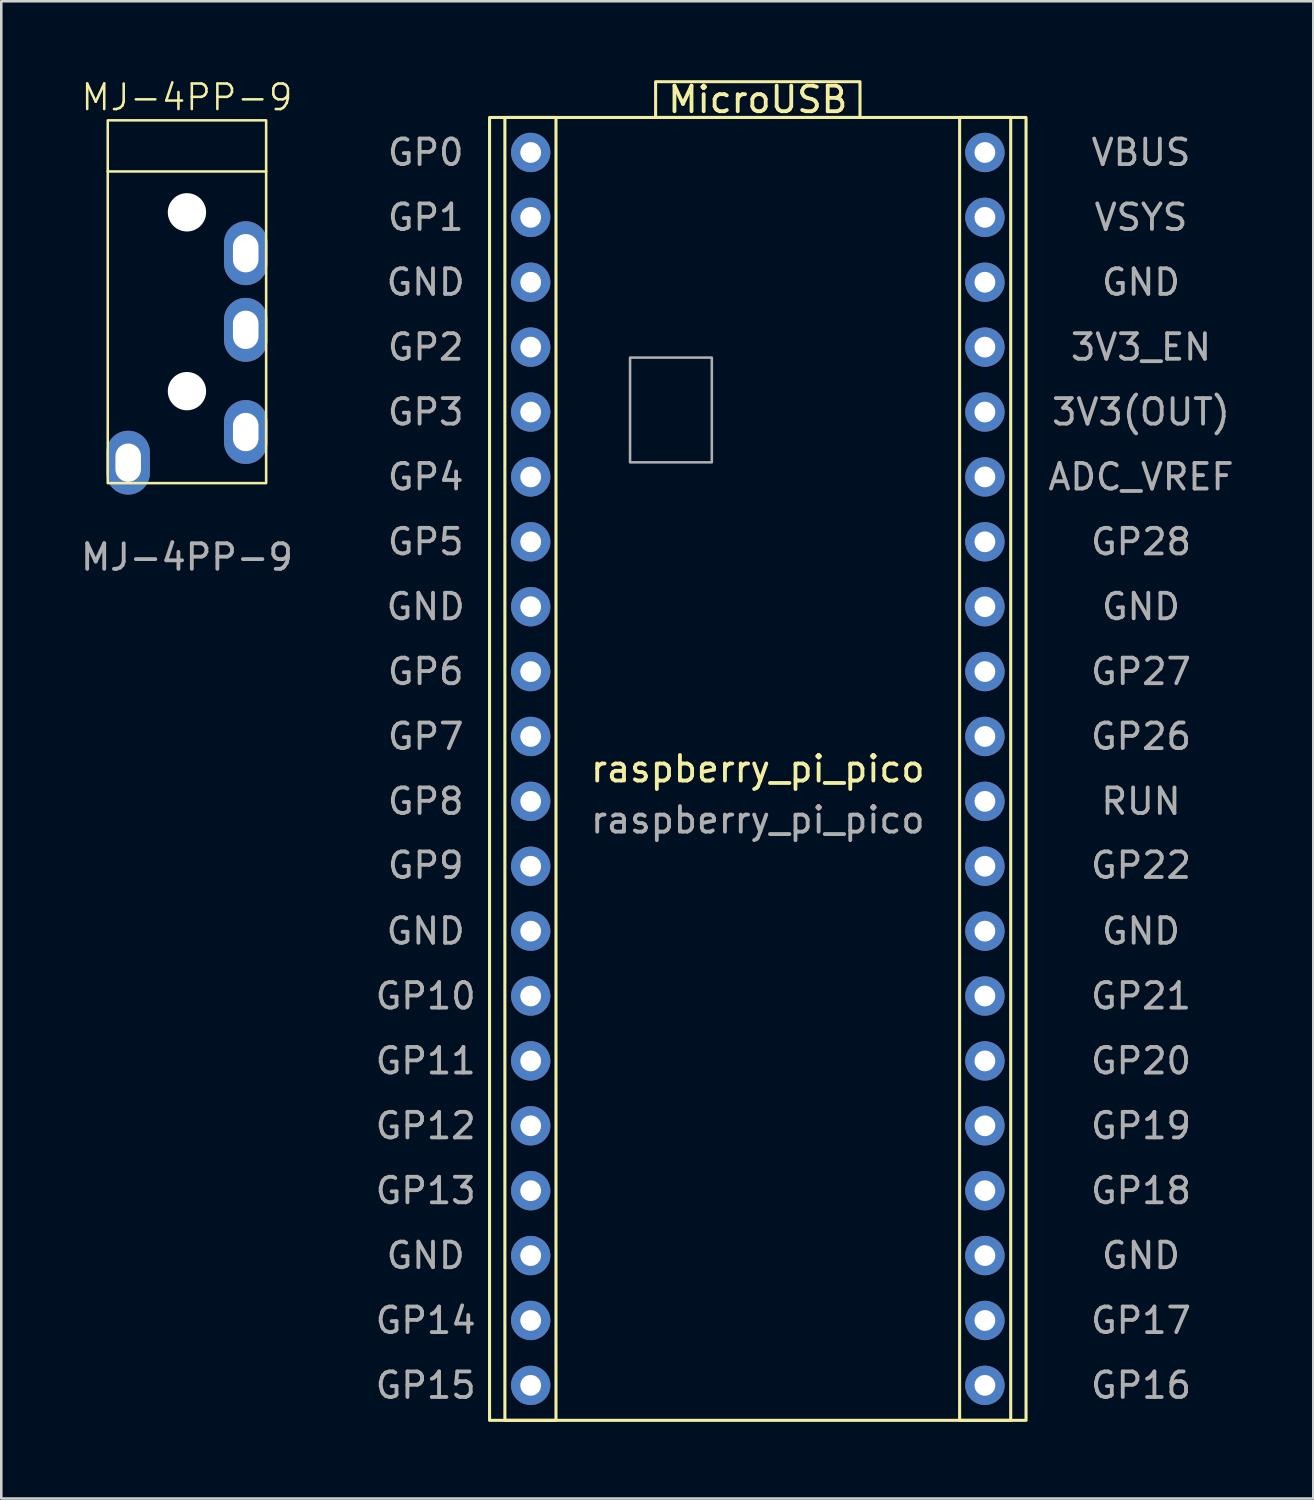
<source format=kicad_pcb>
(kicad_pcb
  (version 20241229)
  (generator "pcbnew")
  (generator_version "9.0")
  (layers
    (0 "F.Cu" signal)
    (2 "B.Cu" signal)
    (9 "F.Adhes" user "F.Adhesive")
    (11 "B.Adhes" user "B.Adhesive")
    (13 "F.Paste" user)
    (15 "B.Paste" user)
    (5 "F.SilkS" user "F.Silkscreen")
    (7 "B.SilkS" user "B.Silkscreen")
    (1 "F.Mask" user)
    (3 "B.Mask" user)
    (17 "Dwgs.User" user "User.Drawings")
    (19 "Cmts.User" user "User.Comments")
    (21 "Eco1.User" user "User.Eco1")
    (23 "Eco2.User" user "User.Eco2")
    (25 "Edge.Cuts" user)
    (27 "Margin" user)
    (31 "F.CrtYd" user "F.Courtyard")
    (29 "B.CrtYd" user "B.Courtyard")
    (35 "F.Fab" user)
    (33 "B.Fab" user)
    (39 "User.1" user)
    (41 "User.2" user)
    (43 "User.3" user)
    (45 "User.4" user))
  (footprint "raspberry_pi_pico"
    (layer "F.Cu")
    (at 26.613 27.048)
    (property "Reference" "raspberry_pi_pico" (at 0 0 0) (unlocked yes) (layer "F.SilkS") (effects (font (size 1 1) (thickness 0.15))))
    (attr through_hole)
    (fp_rect (start -10.5 -25.5) (end 10.5 25.5) (stroke (width 0.12) (type solid)) (fill no) (layer "F.SilkS"))
    (fp_rect (start -9.9 25.5) (end -7.9 -25.5) (stroke (width 0.12) (type solid)) (fill no) (layer "F.SilkS"))
    (fp_rect (start -4 -26.9) (end 4 -25.5) (stroke (width 0.12) (type solid)) (fill no) (layer "F.SilkS"))
    (fp_rect (start 7.9 25.5) (end 9.9 -25.5) (stroke (width 0.12) (type solid)) (fill no) (layer "F.SilkS"))
    (fp_rect (start -5 -16.1) (end -1.8 -12) (stroke (width 0.1) (type solid)) (fill no) (layer "F.Fab"))
    (fp_text user "MicroUSB" (at 0 -26.2 0) (unlocked yes) (layer "F.SilkS") (effects (font (size 1 1) (thickness 0.15))))
    (fp_text user "GP10" (at -13 8.89 0) (unlocked yes) (layer "F.Fab") (effects (font (size 1 1) (thickness 0.15))))
    (fp_text user "GP28" (at 15 -8.89 0) (unlocked yes) (layer "F.Fab") (effects (font (size 1 1) (thickness 0.15))))
    (fp_text user "GP12" (at -13 13.97 0) (unlocked yes) (layer "F.Fab") (effects (font (size 1 1) (thickness 0.15))))
    (fp_text user "GP4" (at -13 -11.43 0) (unlocked yes) (layer "F.Fab") (effects (font (size 1 1) (thickness 0.15))))
    (fp_text user "GND" (at 15 -19.05 0) (unlocked yes) (layer "F.Fab") (effects (font (size 1 1) (thickness 0.15))))
    (fp_text user "GND" (at 15 -6.35 0) (unlocked yes) (layer "F.Fab") (effects (font (size 1 1) (thickness 0.15))))
    (fp_text user "${REFERENCE}" (at 0 2 0) (unlocked yes) (layer "F.Fab") (effects (font (size 1 1) (thickness 0.15))))
    (fp_text user "GP5" (at -13 -8.89 0) (unlocked yes) (layer "F.Fab") (effects (font (size 1 1) (thickness 0.15))))
    (fp_text user "GP17" (at 15 21.59 0) (unlocked yes) (layer "F.Fab") (effects (font (size 1 1) (thickness 0.15))))
    (fp_text user "GP21" (at 15 8.89 0) (unlocked yes) (layer "F.Fab") (effects (font (size 1 1) (thickness 0.15))))
    (fp_text user "3V3_EN" (at 15 -16.51 0) (unlocked yes) (layer "F.Fab") (effects (font (size 1 1) (thickness 0.15))))
    (fp_text user "GND" (at -13 6.35 0) (unlocked yes) (layer "F.Fab") (effects (font (size 1 1) (thickness 0.15))))
    (fp_text user "GP16" (at 15 24.13 0) (unlocked yes) (layer "F.Fab") (effects (font (size 1 1) (thickness 0.15))))
    (fp_text user "GND" (at 15 19.05 0) (unlocked yes) (layer "F.Fab") (effects (font (size 1 1) (thickness 0.15))))
    (fp_text user "GP27" (at 15 -3.81 0) (unlocked yes) (layer "F.Fab") (effects (font (size 1 1) (thickness 0.15))))
    (fp_text user "GP22" (at 15 3.775 0) (unlocked yes) (layer "F.Fab") (effects (font (size 1 1) (thickness 0.15))))
    (fp_text user "GP14" (at -13 21.59 0) (unlocked yes) (layer "F.Fab") (effects (font (size 1 1) (thickness 0.15))))
    (fp_text user "ADC_VREF" (at 15 -11.43 0) (unlocked yes) (layer "F.Fab") (effects (font (size 1 1) (thickness 0.15))))
    (fp_text user "3V3(OUT)" (at 15 -13.97 0) (unlocked yes) (layer "F.Fab") (effects (font (size 1 1) (thickness 0.15))))
    (fp_text user "RUN" (at 15 1.27 0) (unlocked yes) (layer "F.Fab") (effects (font (size 1 1) (thickness 0.15))))
    (fp_text user "GND" (at -13 -6.35 0) (unlocked yes) (layer "F.Fab") (effects (font (size 1 1) (thickness 0.15))))
    (fp_text user "GP6" (at -13 -3.81 0) (unlocked yes) (layer "F.Fab") (effects (font (size 1 1) (thickness 0.15))))
    (fp_text user "GND" (at 15 6.35 0) (unlocked yes) (layer "F.Fab") (effects (font (size 1 1) (thickness 0.15))))
    (fp_text user "GP11" (at -13 11.43 0) (unlocked yes) (layer "F.Fab") (effects (font (size 1 1) (thickness 0.15))))
    (fp_text user "GP15" (at -13 24.13 0) (unlocked yes) (layer "F.Fab") (effects (font (size 1 1) (thickness 0.15))))
    (fp_text user "GP3" (at -13 -13.97 0) (unlocked yes) (layer "F.Fab") (effects (font (size 1 1) (thickness 0.15))))
    (fp_text user "GND" (at -13 -19.05 0) (unlocked yes) (layer "F.Fab") (effects (font (size 1 1) (thickness 0.15))))
    (fp_text user "GP19" (at 15 13.97 0) (unlocked yes) (layer "F.Fab") (effects (font (size 1 1) (thickness 0.15))))
    (fp_text user "VSYS" (at 15 -21.59 0) (unlocked yes) (layer "F.Fab") (effects (font (size 1 1) (thickness 0.15))))
    (fp_text user "VBUS" (at 15 -24.13 0) (unlocked yes) (layer "F.Fab") (effects (font (size 1 1) (thickness 0.15))))
    (fp_text user "GP13" (at -13 16.51 0) (unlocked yes) (layer "F.Fab") (effects (font (size 1 1) (thickness 0.15))))
    (fp_text user "GP0" (at -13 -24.13 0) (unlocked yes) (layer "F.Fab") (effects (font (size 1 1) (thickness 0.15))))
    (fp_text user "GP26" (at 15 -1.27 0) (unlocked yes) (layer "F.Fab") (effects (font (size 1 1) (thickness 0.15))))
    (fp_text user "GP18" (at 15 16.51 0) (unlocked yes) (layer "F.Fab") (effects (font (size 1 1) (thickness 0.15))))
    (fp_text user "GP20" (at 15 11.43 0) (unlocked yes) (layer "F.Fab") (effects (font (size 1 1) (thickness 0.15))))
    (fp_text user "GND" (at -13 19.05 0) (unlocked yes) (layer "F.Fab") (effects (font (size 1 1) (thickness 0.15))))
    (fp_text user "GP1" (at -13 -21.59 0) (unlocked yes) (layer "F.Fab") (effects (font (size 1 1) (thickness 0.15))))
    (fp_text user "GP8" (at -13 1.27 0) (unlocked yes) (layer "F.Fab") (effects (font (size 1 1) (thickness 0.15))))
    (fp_text user "GP9" (at -13 3.775 0) (unlocked yes) (layer "F.Fab") (effects (font (size 1 1) (thickness 0.15))))
    (fp_text user "GP7" (at -13 -1.27 0) (unlocked yes) (layer "F.Fab") (effects (font (size 1 1) (thickness 0.15))))
    (fp_text user "GP2" (at -13 -16.51 0) (unlocked yes) (layer "F.Fab") (effects (font (size 1 1) (thickness 0.15))))
    (pad "1" thru_hole circle (at -8.89 -24.13) (size 1.54 1.54) (drill 0.813) (layers "*.Cu" "*.Mask"))
    (pad "2" thru_hole circle (at -8.89 -21.59) (size 1.54 1.54) (drill 0.813) (layers "*.Cu" "*.Mask"))
    (pad "3" thru_hole circle (at -8.89 -19.05) (size 1.54 1.54) (drill 0.813) (layers "*.Cu" "*.Mask"))
    (pad "4" thru_hole circle (at -8.89 -16.51) (size 1.54 1.54) (drill 0.813) (layers "*.Cu" "*.Mask"))
    (pad "5" thru_hole circle (at -8.89 -13.97) (size 1.54 1.54) (drill 0.813) (layers "*.Cu" "*.Mask"))
    (pad "6" thru_hole circle (at -8.89 -11.43) (size 1.54 1.54) (drill 0.813) (layers "*.Cu" "*.Mask"))
    (pad "7" thru_hole circle (at -8.89 -8.89) (size 1.54 1.54) (drill 0.813) (layers "*.Cu" "*.Mask"))
    (pad "8" thru_hole circle (at -8.89 -6.35) (size 1.54 1.54) (drill 0.813) (layers "*.Cu" "*.Mask"))
    (pad "9" thru_hole circle (at -8.89 -3.81) (size 1.54 1.54) (drill 0.813) (layers "*.Cu" "*.Mask"))
    (pad "10" thru_hole circle (at -8.89 -1.27) (size 1.54 1.54) (drill 0.813) (layers "*.Cu" "*.Mask"))
    (pad "11" thru_hole circle (at -8.89 1.27) (size 1.54 1.54) (drill 0.813) (layers "*.Cu" "*.Mask"))
    (pad "12" thru_hole circle (at -8.89 3.81) (size 1.54 1.54) (drill 0.813) (layers "*.Cu" "*.Mask"))
    (pad "13" thru_hole circle (at -8.89 6.35) (size 1.54 1.54) (drill 0.813) (layers "*.Cu" "*.Mask"))
    (pad "14" thru_hole circle (at -8.89 8.89) (size 1.54 1.54) (drill 0.813) (layers "*.Cu" "*.Mask"))
    (pad "15" thru_hole circle (at -8.89 11.43) (size 1.54 1.54) (drill 0.813) (layers "*.Cu" "*.Mask"))
    (pad "16" thru_hole circle (at -8.89 13.97) (size 1.54 1.54) (drill 0.813) (layers "*.Cu" "*.Mask"))
    (pad "17" thru_hole circle (at -8.89 16.51) (size 1.54 1.54) (drill 0.813) (layers "*.Cu" "*.Mask"))
    (pad "18" thru_hole circle (at -8.89 19.05) (size 1.54 1.54) (drill 0.813) (layers "*.Cu" "*.Mask"))
    (pad "19" thru_hole circle (at -8.89 21.59) (size 1.54 1.54) (drill 0.813) (layers "*.Cu" "*.Mask"))
    (pad "20" thru_hole circle (at -8.89 24.13) (size 1.54 1.54) (drill 0.813) (layers "*.Cu" "*.Mask"))
    (pad "21" thru_hole circle (at 8.89 24.13) (size 1.54 1.54) (drill 0.813) (layers "*.Cu" "*.Mask"))
    (pad "22" thru_hole circle (at 8.89 21.59) (size 1.54 1.54) (drill 0.813) (layers "*.Cu" "*.Mask"))
    (pad "23" thru_hole circle (at 8.89 19.05) (size 1.54 1.54) (drill 0.813) (layers "*.Cu" "*.Mask"))
    (pad "24" thru_hole circle (at 8.89 16.51) (size 1.54 1.54) (drill 0.813) (layers "*.Cu" "*.Mask"))
    (pad "25" thru_hole circle (at 8.89 13.97) (size 1.54 1.54) (drill 0.813) (layers "*.Cu" "*.Mask"))
    (pad "26" thru_hole circle (at 8.89 11.43) (size 1.54 1.54) (drill 0.813) (layers "*.Cu" "*.Mask"))
    (pad "27" thru_hole circle (at 8.89 8.89) (size 1.54 1.54) (drill 0.813) (layers "*.Cu" "*.Mask"))
    (pad "28" thru_hole circle (at 8.89 6.35) (size 1.54 1.54) (drill 0.813) (layers "*.Cu" "*.Mask"))
    (pad "29" thru_hole circle (at 8.89 3.81) (size 1.54 1.54) (drill 0.813) (layers "*.Cu" "*.Mask"))
    (pad "30" thru_hole circle (at 8.89 1.27) (size 1.54 1.54) (drill 0.813) (layers "*.Cu" "*.Mask"))
    (pad "31" thru_hole circle (at 8.89 -1.27) (size 1.54 1.54) (drill 0.813) (layers "*.Cu" "*.Mask"))
    (pad "32" thru_hole circle (at 8.89 -3.81) (size 1.54 1.54) (drill 0.813) (layers "*.Cu" "*.Mask"))
    (pad "33" thru_hole circle (at 8.89 -6.35) (size 1.54 1.54) (drill 0.813) (layers "*.Cu" "*.Mask"))
    (pad "34" thru_hole circle (at 8.89 -8.89) (size 1.54 1.54) (drill 0.813) (layers "*.Cu" "*.Mask"))
    (pad "35" thru_hole circle (at 8.89 -11.43) (size 1.54 1.54) (drill 0.813) (layers "*.Cu" "*.Mask"))
    (pad "36" thru_hole circle (at 8.89 -13.97) (size 1.54 1.54) (drill 0.813) (layers "*.Cu" "*.Mask"))
    (pad "37" thru_hole circle (at 8.89 -16.51) (size 1.54 1.54) (drill 0.813) (layers "*.Cu" "*.Mask"))
    (pad "38" thru_hole circle (at 8.89 -19.05) (size 1.54 1.54) (drill 0.813) (layers "*.Cu" "*.Mask"))
    (pad "39" thru_hole circle (at 8.89 -21.59) (size 1.54 1.54) (drill 0.813) (layers "*.Cu" "*.Mask"))
    (pad "40" thru_hole circle (at 8.89 -24.13) (size 1.54 1.54) (drill 0.813) (layers "*.Cu" "*.Mask")))
  (footprint "MJ-4PP-9"
    (layer "F.Cu")
    (at 4.268 8.761)
    (property "Reference" "MJ-4PP-9" (at 0 -8 0) (unlocked yes) (layer "F.SilkS") (effects (font (size 1 1) (thickness 0.1))))
    (attr smd)
    (fp_line (start 3.1 -5.1) (end -3.1 -5.1) (stroke (width 0.1) (type default)) (layer "F.SilkS"))
    (fp_rect (start -3.1 7.1) (end 3.1 -7.1) (stroke (width 0.1) (type default)) (fill no) (layer "F.SilkS"))
    (fp_text user "${REFERENCE}" (at 0 10 0) (unlocked yes) (layer "F.Fab") (effects (font (size 1 1) (thickness 0.15))))
    (pad "" np_thru_hole circle (at 0 -3.5) (size 1.5 1.5) (drill 1.5) (layers "*.Cu" "*.Mask"))
    (pad "" np_thru_hole circle (at 0 3.5) (size 1.5 1.5) (drill 1.5) (layers "*.Cu" "*.Mask"))
    (pad "1" thru_hole oval (at -2.3 6.3) (size 1.7 2.5) (drill oval 1 1.5) (layers "*.Cu" "*.Mask"))
    (pad "2" thru_hole oval (at 2.3 5.1) (size 1.7 2.5) (drill oval 1 1.5) (layers "*.Cu" "*.Mask"))
    (pad "3" thru_hole oval (at 2.3 -1.9) (size 1.7 2.5) (drill oval 1 1.5) (layers "*.Cu" "*.Mask"))
    (pad "4" thru_hole oval (at 2.3 1.1) (size 1.7 2.5) (drill oval 1 1.5) (layers "*.Cu" "*.Mask")))
  (gr_rect
    (start -3 -3)
    (end 48.357 55.608)
    (stroke (width 0.1) (type default))
    (fill no)
    (layer "Edge.Cuts")))
</source>
